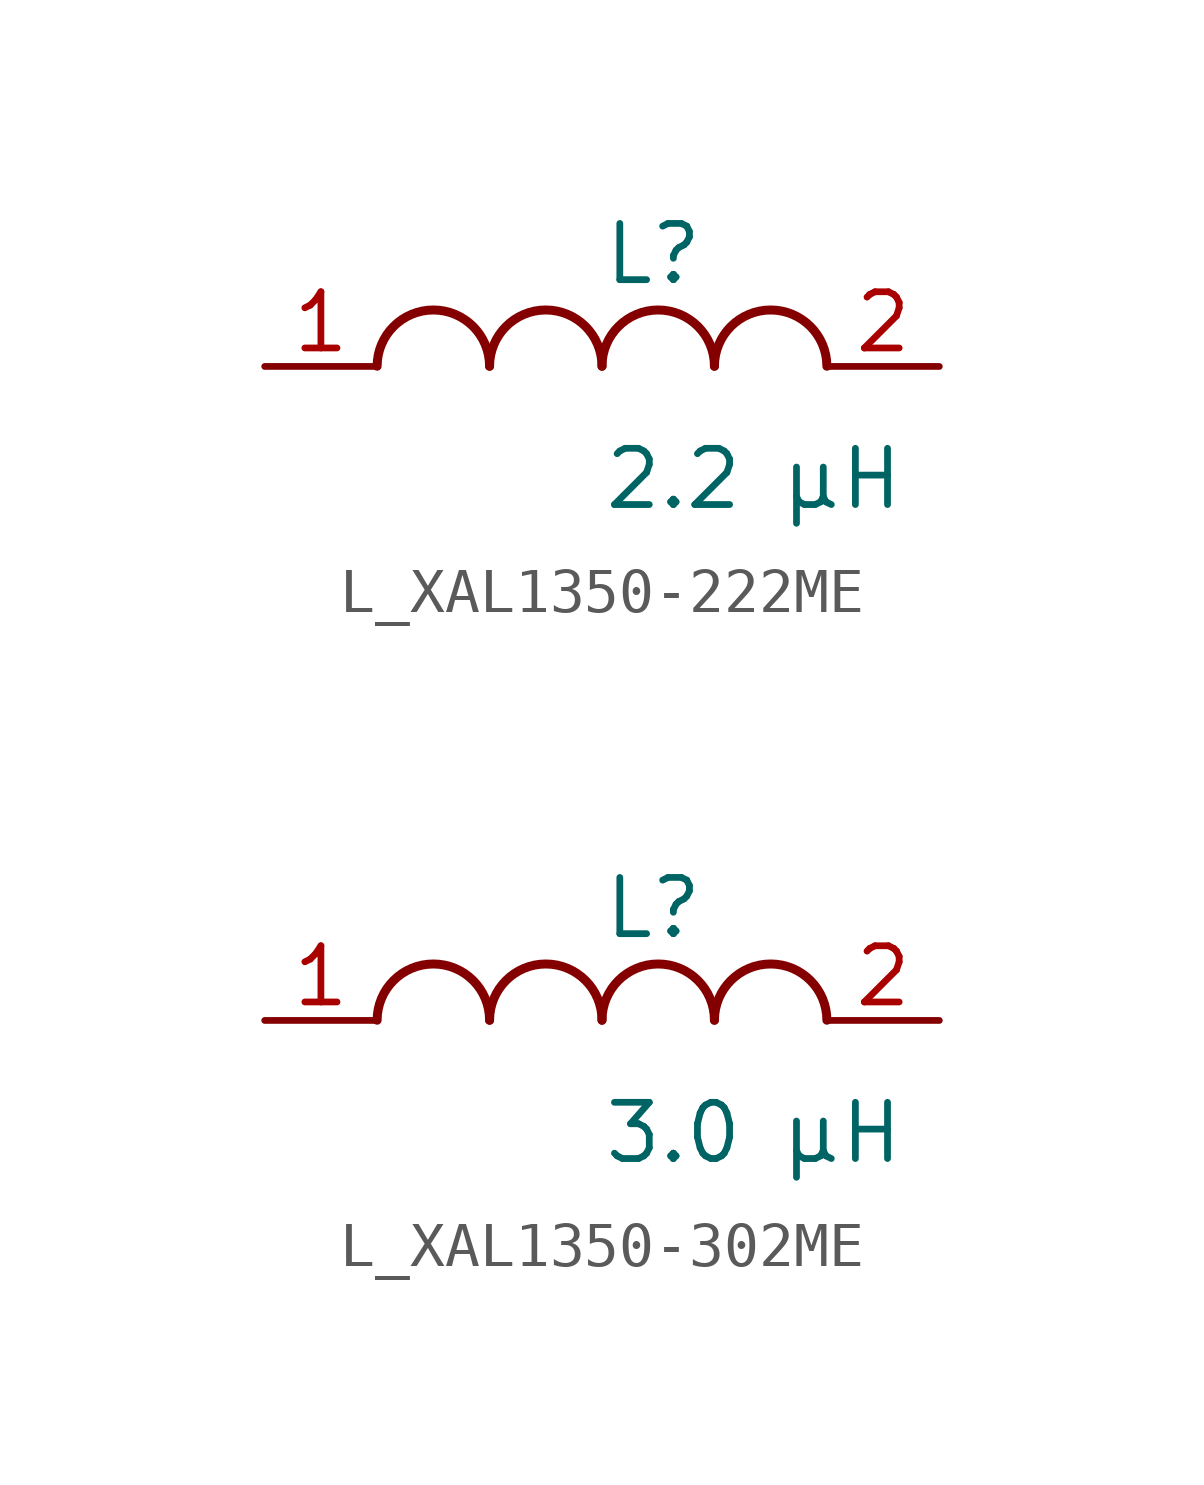
<source format=kicad_sym>
(kicad_symbol_lib
  (version 20231120)
  (generator kicad_symbol_editor)
  (generator_version 8.0)
  (symbol "L_XAL1350-222ME"
    (pin_names
      (offset 0.254))
    (property "Reference" "L"
      (at 0 2.54 0)
      (effects (font (size 1.27 1.27)) (justify left)))
    (property "Value" "2.2 µH"
      (at 0 -2.54 0)
      (effects (font (size 1.27 1.27)) (justify left)))
    (symbol "L_XAL1350-222ME_1_1"
      (arc (start -2.54 0.0056) (mid -3.81 1.27) (end -5.08 0.0056) (stroke (width 0.2032) (type default)) (fill (type none)))
      (arc (start 0 0.0056) (mid -1.27 1.27) (end -2.54 0.0056) (stroke (width 0.2032) (type default)) (fill (type none)))
      (arc (start 2.54 0.0056) (mid 1.27 1.27) (end 0 0.0056) (stroke (width 0.2032) (type default)) (fill (type none)))
      (arc (start 5.08 0.0056) (mid 3.81 1.27) (end 2.54 0.0056) (stroke (width 0.2032) (type default)) (fill (type none)))
      (pin unspecified line (at -7.62 0 0) (length 2.54) (name "" (effects (font (size 1.27 1.27)))) (number "1" (effects (font (size 1.27 1.27)))))
      (pin unspecified line (at 7.62 0 180) (length 2.54) (name "" (effects (font (size 1.27 1.27)))) (number "2" (effects (font (size 1.27 1.27)))))))
  (symbol "L_XAL1350-302ME"
    (pin_names
      (offset 0.254))
    (property "Reference" "L"
      (at 0 2.54 0)
      (effects (font (size 1.27 1.27)) (justify left)))
    (property "Value" "3.0 µH"
      (at 0 -2.54 0)
      (effects (font (size 1.27 1.27)) (justify left)))
    (symbol "L_XAL1350-302ME_1_1"
      (arc (start -2.54 0.0056) (mid -3.81 1.27) (end -5.08 0.0056) (stroke (width 0.2032) (type default)) (fill (type none)))
      (arc (start 0 0.0056) (mid -1.27 1.27) (end -2.54 0.0056) (stroke (width 0.2032) (type default)) (fill (type none)))
      (arc (start 2.54 0.0056) (mid 1.27 1.27) (end 0 0.0056) (stroke (width 0.2032) (type default)) (fill (type none)))
      (arc (start 5.08 0.0056) (mid 3.81 1.27) (end 2.54 0.0056) (stroke (width 0.2032) (type default)) (fill (type none)))
      (pin unspecified line (at -7.62 0 0) (length 2.54) (name "" (effects (font (size 1.27 1.27)))) (number "1" (effects (font (size 1.27 1.27)))))
      (pin unspecified line (at 7.62 0 180) (length 2.54) (name "" (effects (font (size 1.27 1.27)))) (number "2" (effects (font (size 1.27 1.27))))))))
</source>
